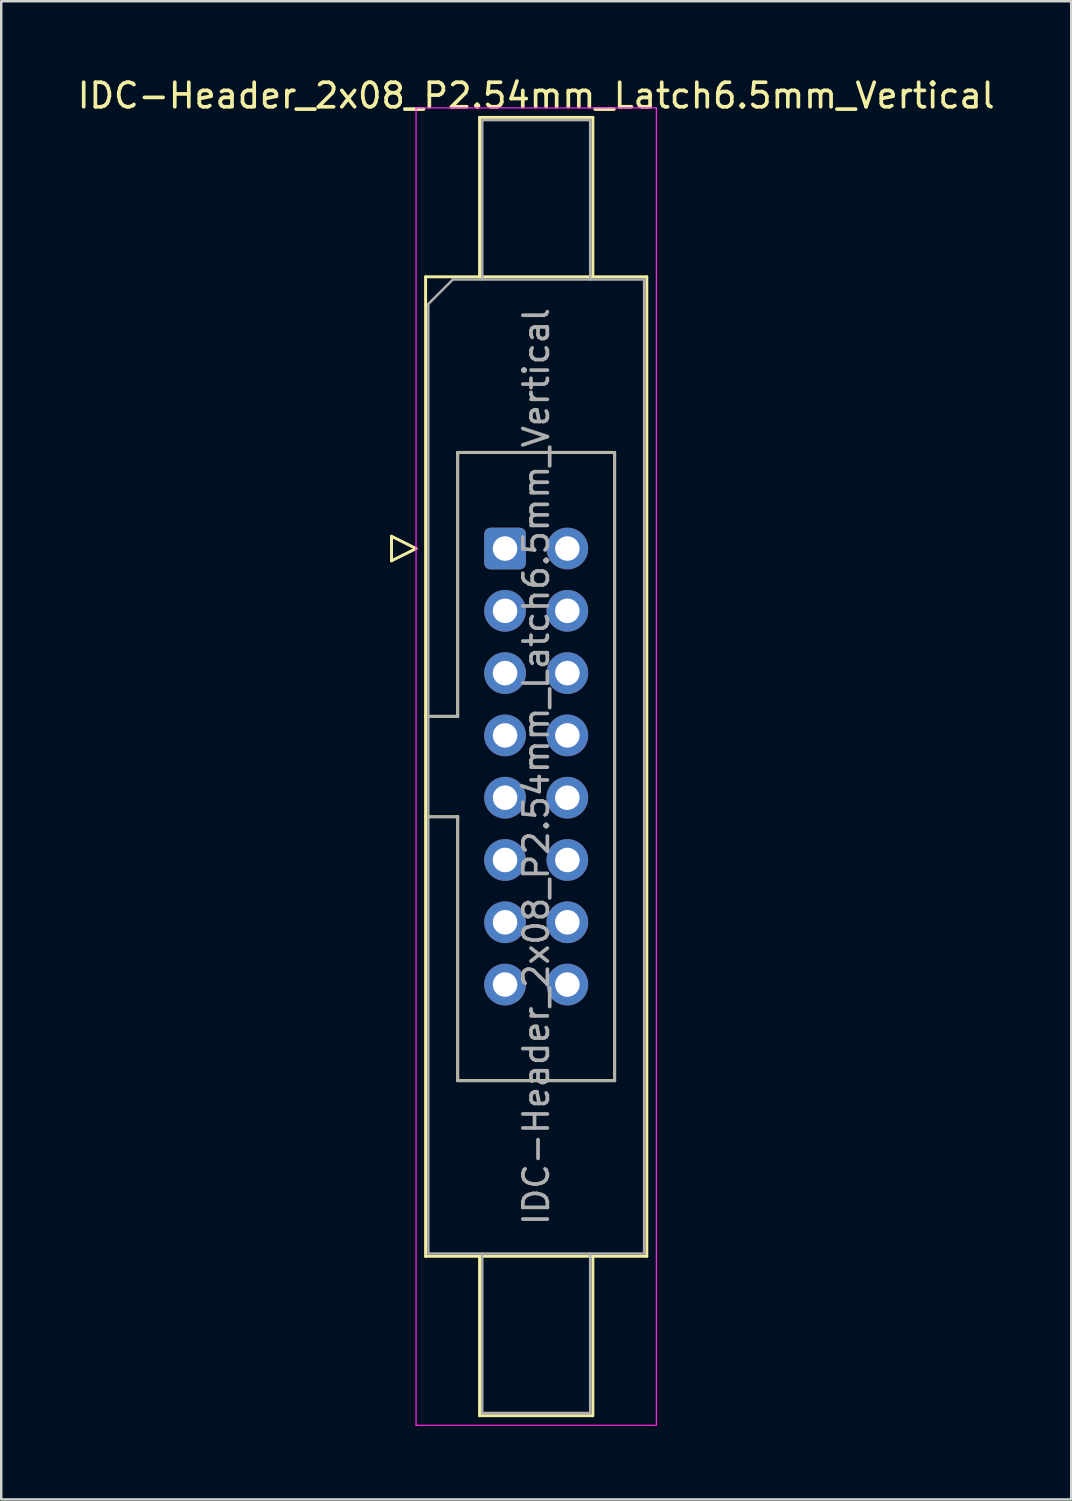
<source format=kicad_pcb>
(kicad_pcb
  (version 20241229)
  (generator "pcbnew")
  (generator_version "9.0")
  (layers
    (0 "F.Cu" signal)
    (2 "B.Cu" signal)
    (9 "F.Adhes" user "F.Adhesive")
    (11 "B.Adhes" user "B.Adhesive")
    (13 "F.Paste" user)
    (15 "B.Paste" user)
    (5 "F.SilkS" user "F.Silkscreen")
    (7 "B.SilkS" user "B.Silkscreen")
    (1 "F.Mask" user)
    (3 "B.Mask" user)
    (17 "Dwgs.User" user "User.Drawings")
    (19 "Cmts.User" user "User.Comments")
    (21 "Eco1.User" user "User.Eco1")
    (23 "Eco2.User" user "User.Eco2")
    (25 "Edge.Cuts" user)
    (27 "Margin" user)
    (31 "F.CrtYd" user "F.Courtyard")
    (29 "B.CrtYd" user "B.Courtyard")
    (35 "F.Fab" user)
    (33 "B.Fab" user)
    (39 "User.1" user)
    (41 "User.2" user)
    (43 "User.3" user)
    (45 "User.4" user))
  (footprint "IDC-Header_2x08_P2.54mm_Latch6.5mm_Vertical"
    (layer "F.Cu")
    (at 17.545 19.318)
    (property "Reference" "IDC-Header_2x08_P2.54mm_Latch6.5mm_Vertical" (at 1.27 -18.47 0) (layer "F.SilkS") (effects (font (size 1 1) (thickness 0.15))))
    (attr through_hole)
    (fp_line (start -4.63 -0.5) (end -4.63 0.5) (stroke (width 0.12) (type solid)) (layer "F.SilkS"))
    (fp_line (start -4.63 0.5) (end -3.63 0) (stroke (width 0.12) (type solid)) (layer "F.SilkS"))
    (fp_line (start -3.63 0) (end -4.63 -0.5) (stroke (width 0.12) (type solid)) (layer "F.SilkS"))
    (fp_line (start -3.24 -11.08) (end 5.78 -11.08) (stroke (width 0.12) (type solid)) (layer "F.SilkS"))
    (fp_line (start -3.24 6.84) (end -1.93 6.84) (stroke (width 0.12) (type solid)) (layer "F.SilkS"))
    (fp_line (start -3.24 28.86) (end -3.24 -11.08) (stroke (width 0.12) (type solid)) (layer "F.SilkS"))
    (fp_line (start -1.93 -3.92) (end 4.47 -3.92) (stroke (width 0.12) (type solid)) (layer "F.SilkS"))
    (fp_line (start -1.93 6.84) (end -1.93 -3.92) (stroke (width 0.12) (type solid)) (layer "F.SilkS"))
    (fp_line (start -1.93 10.94) (end -3.24 10.94) (stroke (width 0.12) (type solid)) (layer "F.SilkS"))
    (fp_line (start -1.93 10.94) (end -1.93 10.94) (stroke (width 0.12) (type solid)) (layer "F.SilkS"))
    (fp_line (start -1.93 21.7) (end -1.93 10.94) (stroke (width 0.12) (type solid)) (layer "F.SilkS"))
    (fp_line (start -1.04 -17.58) (end 3.58 -17.58) (stroke (width 0.12) (type solid)) (layer "F.SilkS"))
    (fp_line (start -1.04 -11.08) (end -1.04 -17.58) (stroke (width 0.12) (type solid)) (layer "F.SilkS"))
    (fp_line (start -1.04 28.86) (end -1.04 35.36) (stroke (width 0.12) (type solid)) (layer "F.SilkS"))
    (fp_line (start -1.04 35.36) (end 3.58 35.36) (stroke (width 0.12) (type solid)) (layer "F.SilkS"))
    (fp_line (start 3.58 -17.58) (end 3.58 -11.08) (stroke (width 0.12) (type solid)) (layer "F.SilkS"))
    (fp_line (start 3.58 35.36) (end 3.58 28.86) (stroke (width 0.12) (type solid)) (layer "F.SilkS"))
    (fp_line (start 4.47 -3.92) (end 4.47 21.7) (stroke (width 0.12) (type solid)) (layer "F.SilkS"))
    (fp_line (start 4.47 21.7) (end -1.93 21.7) (stroke (width 0.12) (type solid)) (layer "F.SilkS"))
    (fp_line (start 5.78 -11.08) (end 5.78 28.86) (stroke (width 0.12) (type solid)) (layer "F.SilkS"))
    (fp_line (start 5.78 28.86) (end -3.24 28.86) (stroke (width 0.12) (type solid)) (layer "F.SilkS"))
    (fp_line (start -3.63 -17.97) (end -3.63 35.75) (stroke (width 0.05) (type solid)) (layer "F.CrtYd"))
    (fp_line (start -3.63 35.75) (end 6.17 35.75) (stroke (width 0.05) (type solid)) (layer "F.CrtYd"))
    (fp_line (start 6.17 -17.97) (end -3.63 -17.97) (stroke (width 0.05) (type solid)) (layer "F.CrtYd"))
    (fp_line (start 6.17 35.75) (end 6.17 -17.97) (stroke (width 0.05) (type solid)) (layer "F.CrtYd"))
    (fp_line (start -3.13 -9.97) (end -2.13 -10.97) (stroke (width 0.1) (type solid)) (layer "F.Fab"))
    (fp_line (start -3.13 6.84) (end -1.93 6.84) (stroke (width 0.1) (type solid)) (layer "F.Fab"))
    (fp_line (start -3.13 28.75) (end -3.13 -9.97) (stroke (width 0.1) (type solid)) (layer "F.Fab"))
    (fp_line (start -2.13 -10.97) (end 5.67 -10.97) (stroke (width 0.1) (type solid)) (layer "F.Fab"))
    (fp_line (start -1.93 -3.92) (end 4.47 -3.92) (stroke (width 0.1) (type solid)) (layer "F.Fab"))
    (fp_line (start -1.93 6.84) (end -1.93 -3.92) (stroke (width 0.1) (type solid)) (layer "F.Fab"))
    (fp_line (start -1.93 10.94) (end -3.13 10.94) (stroke (width 0.1) (type solid)) (layer "F.Fab"))
    (fp_line (start -1.93 10.94) (end -1.93 10.94) (stroke (width 0.1) (type solid)) (layer "F.Fab"))
    (fp_line (start -1.93 21.7) (end -1.93 10.94) (stroke (width 0.1) (type solid)) (layer "F.Fab"))
    (fp_line (start -0.93 -17.47) (end 3.47 -17.47) (stroke (width 0.1) (type solid)) (layer "F.Fab"))
    (fp_line (start -0.93 -10.97) (end -0.93 -17.47) (stroke (width 0.1) (type solid)) (layer "F.Fab"))
    (fp_line (start -0.93 28.75) (end -0.93 35.25) (stroke (width 0.1) (type solid)) (layer "F.Fab"))
    (fp_line (start -0.93 35.25) (end 3.47 35.25) (stroke (width 0.1) (type solid)) (layer "F.Fab"))
    (fp_line (start 3.47 -17.47) (end 3.47 -10.97) (stroke (width 0.1) (type solid)) (layer "F.Fab"))
    (fp_line (start 3.47 35.25) (end 3.47 28.75) (stroke (width 0.1) (type solid)) (layer "F.Fab"))
    (fp_line (start 4.47 -3.92) (end 4.47 21.7) (stroke (width 0.1) (type solid)) (layer "F.Fab"))
    (fp_line (start 4.47 21.7) (end -1.93 21.7) (stroke (width 0.1) (type solid)) (layer "F.Fab"))
    (fp_line (start 5.67 -10.97) (end 5.67 28.75) (stroke (width 0.1) (type solid)) (layer "F.Fab"))
    (fp_line (start 5.67 28.75) (end -3.13 28.75) (stroke (width 0.1) (type solid)) (layer "F.Fab"))
    (fp_text user "${REFERENCE}" (at 1.27 8.89 90) (layer "F.Fab") (effects (font (size 1 1) (thickness 0.15))))
    (pad "1" thru_hole roundrect (at 0 0) (size 1.7 1.7) (drill 1) (layers "*.Cu" "*.Mask") (roundrect_rratio 0.147))
    (pad "2" thru_hole circle (at 2.54 0) (size 1.7 1.7) (drill 1) (layers "*.Cu" "*.Mask"))
    (pad "3" thru_hole circle (at 0 2.54) (size 1.7 1.7) (drill 1) (layers "*.Cu" "*.Mask"))
    (pad "4" thru_hole circle (at 2.54 2.54) (size 1.7 1.7) (drill 1) (layers "*.Cu" "*.Mask"))
    (pad "5" thru_hole circle (at 0 5.08) (size 1.7 1.7) (drill 1) (layers "*.Cu" "*.Mask"))
    (pad "6" thru_hole circle (at 2.54 5.08) (size 1.7 1.7) (drill 1) (layers "*.Cu" "*.Mask"))
    (pad "7" thru_hole circle (at 0 7.62) (size 1.7 1.7) (drill 1) (layers "*.Cu" "*.Mask"))
    (pad "8" thru_hole circle (at 2.54 7.62) (size 1.7 1.7) (drill 1) (layers "*.Cu" "*.Mask"))
    (pad "9" thru_hole circle (at 0 10.16) (size 1.7 1.7) (drill 1) (layers "*.Cu" "*.Mask"))
    (pad "10" thru_hole circle (at 2.54 10.16) (size 1.7 1.7) (drill 1) (layers "*.Cu" "*.Mask"))
    (pad "11" thru_hole circle (at 0 12.7) (size 1.7 1.7) (drill 1) (layers "*.Cu" "*.Mask"))
    (pad "12" thru_hole circle (at 2.54 12.7) (size 1.7 1.7) (drill 1) (layers "*.Cu" "*.Mask"))
    (pad "13" thru_hole circle (at 0 15.24) (size 1.7 1.7) (drill 1) (layers "*.Cu" "*.Mask"))
    (pad "14" thru_hole circle (at 2.54 15.24) (size 1.7 1.7) (drill 1) (layers "*.Cu" "*.Mask"))
    (pad "15" thru_hole circle (at 0 17.78) (size 1.7 1.7) (drill 1) (layers "*.Cu" "*.Mask"))
    (pad "16" thru_hole circle (at 2.54 17.78) (size 1.7 1.7) (drill 1) (layers "*.Cu" "*.Mask")))
  (gr_rect
    (start -3 -3)
    (end 40.631 58.093)
    (stroke (width 0.1) (type default))
    (fill no)
    (layer "Edge.Cuts")))
</source>
